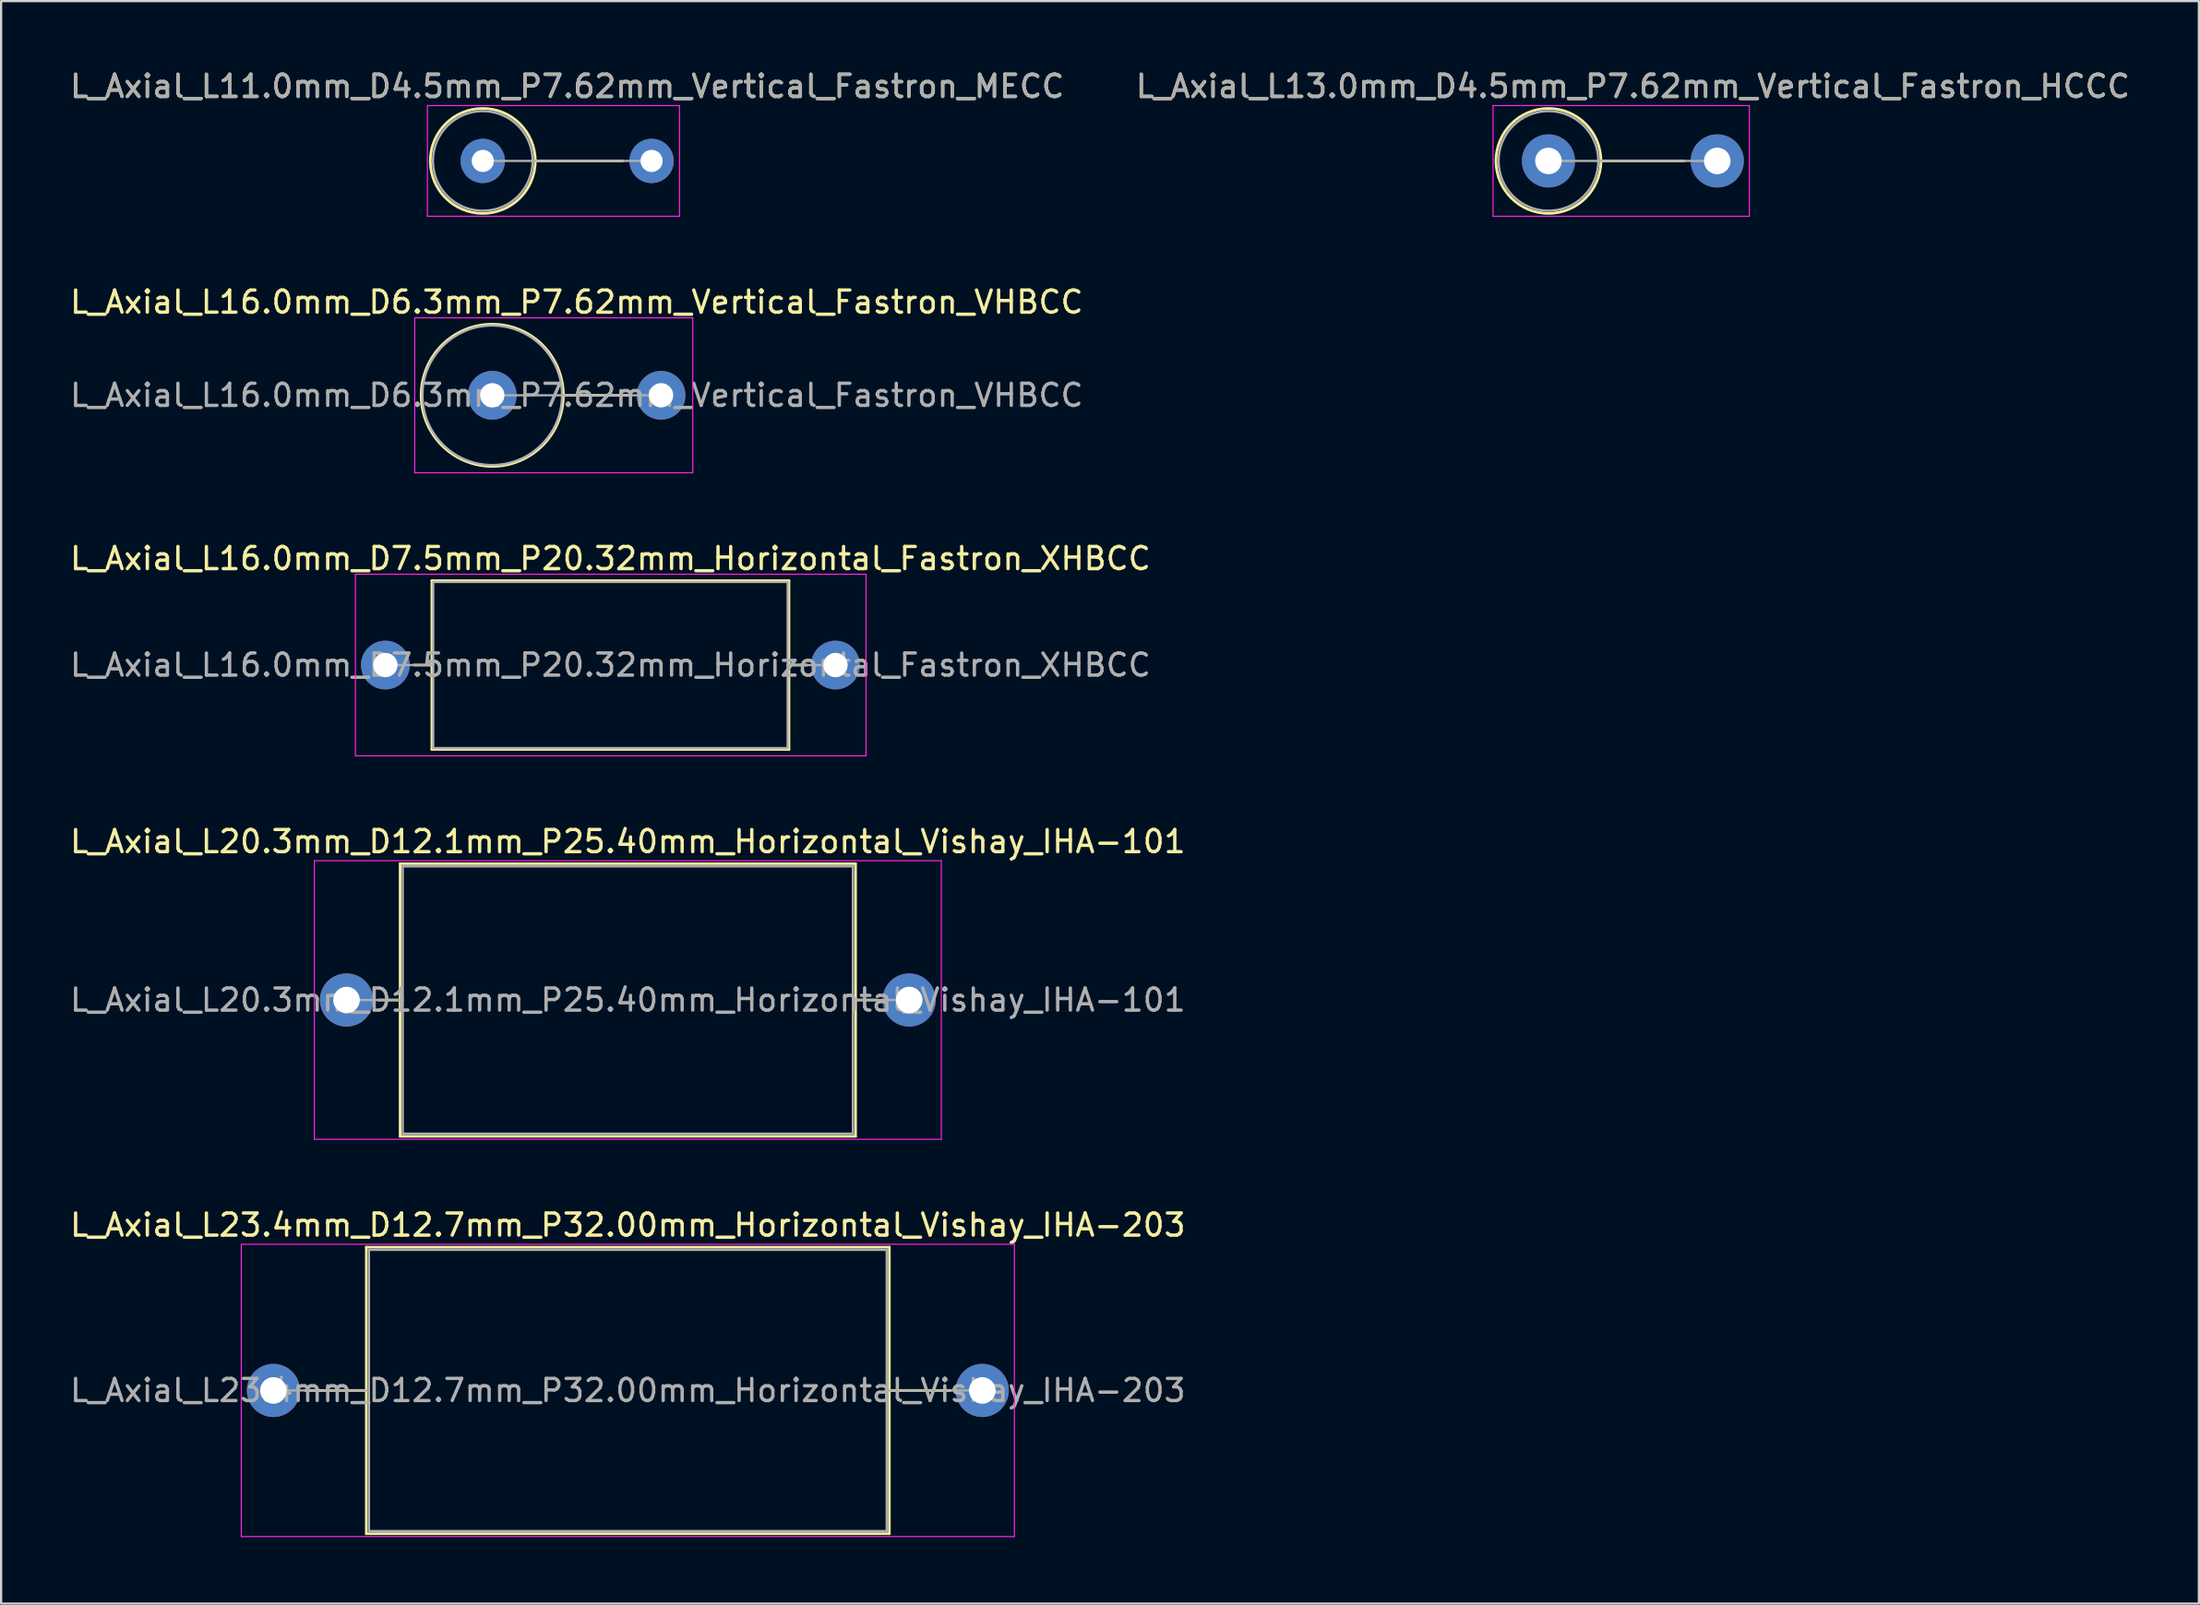
<source format=kicad_pcb>
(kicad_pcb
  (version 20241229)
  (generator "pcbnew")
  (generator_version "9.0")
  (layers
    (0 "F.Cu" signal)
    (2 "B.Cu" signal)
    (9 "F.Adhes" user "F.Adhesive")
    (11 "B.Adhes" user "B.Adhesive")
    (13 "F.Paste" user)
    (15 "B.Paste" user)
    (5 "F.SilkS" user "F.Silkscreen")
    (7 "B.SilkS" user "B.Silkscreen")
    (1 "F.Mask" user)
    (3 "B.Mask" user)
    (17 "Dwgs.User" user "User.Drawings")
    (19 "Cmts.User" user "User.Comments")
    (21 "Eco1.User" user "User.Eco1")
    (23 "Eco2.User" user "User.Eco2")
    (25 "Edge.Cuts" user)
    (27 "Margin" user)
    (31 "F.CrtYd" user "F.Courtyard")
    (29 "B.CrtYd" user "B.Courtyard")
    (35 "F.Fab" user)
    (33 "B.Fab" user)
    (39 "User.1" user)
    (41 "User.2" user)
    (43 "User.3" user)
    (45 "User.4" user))
  (footprint "L_Axial_L20.3mm_D12.1mm_P25.40mm_Horizontal_Vishay_IHA-101"
    (layer "F.Cu")
    (at 12.592 42.113)
    (property "Reference" "L_Axial_L20.3mm_D12.1mm_P25.40mm_Horizontal_Vishay_IHA-101" (at 12.7 -7.155 0) (layer "F.SilkS") (effects (font (size 1 1) (thickness 0.15))))
    (attr through_hole)
    (fp_line (start 1.44 0) (end 2.42 0) (stroke (width 0.12) (type solid)) (layer "F.SilkS"))
    (fp_line (start 2.42 -6.155) (end 2.42 6.155) (stroke (width 0.12) (type solid)) (layer "F.SilkS"))
    (fp_line (start 2.42 6.155) (end 22.98 6.155) (stroke (width 0.12) (type solid)) (layer "F.SilkS"))
    (fp_line (start 22.98 -6.155) (end 2.42 -6.155) (stroke (width 0.12) (type solid)) (layer "F.SilkS"))
    (fp_line (start 22.98 6.155) (end 22.98 -6.155) (stroke (width 0.12) (type solid)) (layer "F.SilkS"))
    (fp_line (start 23.96 0) (end 22.98 0) (stroke (width 0.12) (type solid)) (layer "F.SilkS"))
    (fp_line (start -1.45 -6.29) (end -1.45 6.29) (stroke (width 0.05) (type solid)) (layer "F.CrtYd"))
    (fp_line (start -1.45 6.29) (end 26.85 6.29) (stroke (width 0.05) (type solid)) (layer "F.CrtYd"))
    (fp_line (start 26.85 -6.29) (end -1.45 -6.29) (stroke (width 0.05) (type solid)) (layer "F.CrtYd"))
    (fp_line (start 26.85 6.29) (end 26.85 -6.29) (stroke (width 0.05) (type solid)) (layer "F.CrtYd"))
    (fp_line (start 0 0) (end 2.54 0) (stroke (width 0.1) (type solid)) (layer "F.Fab"))
    (fp_line (start 2.54 -6.035) (end 2.54 6.035) (stroke (width 0.1) (type solid)) (layer "F.Fab"))
    (fp_line (start 2.54 6.035) (end 22.86 6.035) (stroke (width 0.1) (type solid)) (layer "F.Fab"))
    (fp_line (start 22.86 -6.035) (end 2.54 -6.035) (stroke (width 0.1) (type solid)) (layer "F.Fab"))
    (fp_line (start 22.86 6.035) (end 22.86 -6.035) (stroke (width 0.1) (type solid)) (layer "F.Fab"))
    (fp_line (start 25.4 0) (end 22.86 0) (stroke (width 0.1) (type solid)) (layer "F.Fab"))
    (fp_text user "${REFERENCE}" (at 12.7 0 0) (layer "F.Fab") (effects (font (size 1 1) (thickness 0.15))))
    (pad "1" thru_hole circle (at 0 0) (size 2.4 2.4) (drill 1.2) (layers "*.Cu" "*.Mask"))
    (pad "2" thru_hole oval (at 25.4 0) (size 2.4 2.4) (drill 1.2) (layers "*.Cu" "*.Mask")))
  (footprint "L_Axial_L16.0mm_D6.3mm_P7.62mm_Vertical_Fastron_VHBCC"
    (layer "F.Cu")
    (at 19.172 14.802)
    (property "Reference" "L_Axial_L16.0mm_D6.3mm_P7.62mm_Vertical_Fastron_VHBCC" (at 3.81 -4.21 0) (layer "F.SilkS") (effects (font (size 1 1) (thickness 0.15))))
    (attr through_hole)
    (fp_line (start 3.21 0) (end 6.22 0) (stroke (width 0.12) (type solid)) (layer "F.SilkS"))
    (fp_circle (center 0 0) (end 3.21 0) (stroke (width 0.12) (type solid)) (fill no) (layer "F.SilkS"))
    (fp_line (start -3.5 -3.5) (end -3.5 3.5) (stroke (width 0.05) (type solid)) (layer "F.CrtYd"))
    (fp_line (start -3.5 3.5) (end 9.05 3.5) (stroke (width 0.05) (type solid)) (layer "F.CrtYd"))
    (fp_line (start 9.05 -3.5) (end -3.5 -3.5) (stroke (width 0.05) (type solid)) (layer "F.CrtYd"))
    (fp_line (start 9.05 3.5) (end 9.05 -3.5) (stroke (width 0.05) (type solid)) (layer "F.CrtYd"))
    (fp_line (start 0 0) (end 7.62 0) (stroke (width 0.1) (type solid)) (layer "F.Fab"))
    (fp_circle (center 0 0) (end 3.15 0) (stroke (width 0.1) (type solid)) (fill no) (layer "F.Fab"))
    (fp_text user "${REFERENCE}" (at 3.81 0 0) (layer "F.Fab") (effects (font (size 1 1) (thickness 0.15))))
    (pad "1" thru_hole circle (at 0 0) (size 2.2 2.2) (drill 1.1) (layers "*.Cu" "*.Mask"))
    (pad "2" thru_hole oval (at 7.62 0) (size 2.2 2.2) (drill 1.1) (layers "*.Cu" "*.Mask")))
  (footprint "L_Axial_L13.0mm_D4.5mm_P7.62mm_Vertical_Fastron_HCCC"
    (layer "F.Cu")
    (at 66.851 4.218)
    (property "Reference" "L_Axial_L13.0mm_D4.5mm_P7.62mm_Vertical_Fastron_HCCC" (at 3.81 -3.37 0) (layer "F.SilkS") (effects (font (size 1 1) (thickness 0.15))))
    (attr through_hole)
    (fp_line (start 2.37 0) (end 6.12 0) (stroke (width 0.12) (type solid)) (layer "F.SilkS"))
    (fp_circle (center 0 0) (end 2.37 0) (stroke (width 0.12) (type solid)) (fill no) (layer "F.SilkS"))
    (fp_line (start -2.5 -2.5) (end -2.5 2.5) (stroke (width 0.05) (type solid)) (layer "F.CrtYd"))
    (fp_line (start -2.5 2.5) (end 9.07 2.5) (stroke (width 0.05) (type solid)) (layer "F.CrtYd"))
    (fp_line (start 9.07 -2.5) (end -2.5 -2.5) (stroke (width 0.05) (type solid)) (layer "F.CrtYd"))
    (fp_line (start 9.07 2.5) (end 9.07 -2.5) (stroke (width 0.05) (type solid)) (layer "F.CrtYd"))
    (fp_line (start 0 0) (end 7.62 0) (stroke (width 0.1) (type solid)) (layer "F.Fab"))
    (fp_circle (center 0 0) (end 2.25 0) (stroke (width 0.1) (type solid)) (fill no) (layer "F.Fab"))
    (fp_text user "${REFERENCE}" (at 3.81 -3.37 0) (layer "F.Fab") (effects (font (size 1 1) (thickness 0.15))))
    (pad "1" thru_hole circle (at 0 0) (size 2.4 2.4) (drill 1.2) (layers "*.Cu" "*.Mask"))
    (pad "2" thru_hole oval (at 7.62 0) (size 2.4 2.4) (drill 1.2) (layers "*.Cu" "*.Mask")))
  (footprint "L_Axial_L16.0mm_D7.5mm_P20.32mm_Horizontal_Fastron_XHBCC"
    (layer "F.Cu")
    (at 14.346 26.985)
    (property "Reference" "L_Axial_L16.0mm_D7.5mm_P20.32mm_Horizontal_Fastron_XHBCC" (at 10.16 -4.81 0) (layer "F.SilkS") (effects (font (size 1 1) (thickness 0.15))))
    (attr through_hole)
    (fp_line (start 1.28 0) (end 2.1 0) (stroke (width 0.12) (type solid)) (layer "F.SilkS"))
    (fp_line (start 2.1 -3.81) (end 2.1 3.81) (stroke (width 0.12) (type solid)) (layer "F.SilkS"))
    (fp_line (start 2.1 3.81) (end 18.22 3.81) (stroke (width 0.12) (type solid)) (layer "F.SilkS"))
    (fp_line (start 18.22 -3.81) (end 2.1 -3.81) (stroke (width 0.12) (type solid)) (layer "F.SilkS"))
    (fp_line (start 18.22 3.81) (end 18.22 -3.81) (stroke (width 0.12) (type solid)) (layer "F.SilkS"))
    (fp_line (start 19.04 0) (end 18.22 0) (stroke (width 0.12) (type solid)) (layer "F.SilkS"))
    (fp_line (start -1.35 -4.1) (end -1.35 4.1) (stroke (width 0.05) (type solid)) (layer "F.CrtYd"))
    (fp_line (start -1.35 4.1) (end 21.7 4.1) (stroke (width 0.05) (type solid)) (layer "F.CrtYd"))
    (fp_line (start 21.7 -4.1) (end -1.35 -4.1) (stroke (width 0.05) (type solid)) (layer "F.CrtYd"))
    (fp_line (start 21.7 4.1) (end 21.7 -4.1) (stroke (width 0.05) (type solid)) (layer "F.CrtYd"))
    (fp_line (start 0 0) (end 2.16 0) (stroke (width 0.1) (type solid)) (layer "F.Fab"))
    (fp_line (start 2.16 -3.75) (end 2.16 3.75) (stroke (width 0.1) (type solid)) (layer "F.Fab"))
    (fp_line (start 2.16 3.75) (end 18.16 3.75) (stroke (width 0.1) (type solid)) (layer "F.Fab"))
    (fp_line (start 18.16 -3.75) (end 2.16 -3.75) (stroke (width 0.1) (type solid)) (layer "F.Fab"))
    (fp_line (start 18.16 3.75) (end 18.16 -3.75) (stroke (width 0.1) (type solid)) (layer "F.Fab"))
    (fp_line (start 20.32 0) (end 18.16 0) (stroke (width 0.1) (type solid)) (layer "F.Fab"))
    (fp_text user "${REFERENCE}" (at 10.16 0 0) (layer "F.Fab") (effects (font (size 1 1) (thickness 0.15))))
    (pad "1" thru_hole circle (at 0 0) (size 2.2 2.2) (drill 1.1) (layers "*.Cu" "*.Mask"))
    (pad "2" thru_hole oval (at 20.32 0) (size 2.2 2.2) (drill 1.1) (layers "*.Cu" "*.Mask")))
  (footprint "L_Axial_L23.4mm_D12.7mm_P32.00mm_Horizontal_Vishay_IHA-203"
    (layer "F.Cu")
    (at 9.292 59.746)
    (property "Reference" "L_Axial_L23.4mm_D12.7mm_P32.00mm_Horizontal_Vishay_IHA-203" (at 16 -7.47 0) (layer "F.SilkS") (effects (font (size 1 1) (thickness 0.15))))
    (attr through_hole)
    (fp_line (start 1.44 0) (end 4.195 0) (stroke (width 0.12) (type solid)) (layer "F.SilkS"))
    (fp_line (start 4.195 -6.47) (end 4.195 6.47) (stroke (width 0.12) (type solid)) (layer "F.SilkS"))
    (fp_line (start 4.195 6.47) (end 27.805 6.47) (stroke (width 0.12) (type solid)) (layer "F.SilkS"))
    (fp_line (start 27.805 -6.47) (end 4.195 -6.47) (stroke (width 0.12) (type solid)) (layer "F.SilkS"))
    (fp_line (start 27.805 6.47) (end 27.805 -6.47) (stroke (width 0.12) (type solid)) (layer "F.SilkS"))
    (fp_line (start 30.56 0) (end 27.805 0) (stroke (width 0.12) (type solid)) (layer "F.SilkS"))
    (fp_line (start -1.45 -6.6) (end -1.45 6.6) (stroke (width 0.05) (type solid)) (layer "F.CrtYd"))
    (fp_line (start -1.45 6.6) (end 33.45 6.6) (stroke (width 0.05) (type solid)) (layer "F.CrtYd"))
    (fp_line (start 33.45 -6.6) (end -1.45 -6.6) (stroke (width 0.05) (type solid)) (layer "F.CrtYd"))
    (fp_line (start 33.45 6.6) (end 33.45 -6.6) (stroke (width 0.05) (type solid)) (layer "F.CrtYd"))
    (fp_line (start 0 0) (end 4.315 0) (stroke (width 0.1) (type solid)) (layer "F.Fab"))
    (fp_line (start 4.315 -6.35) (end 4.315 6.35) (stroke (width 0.1) (type solid)) (layer "F.Fab"))
    (fp_line (start 4.315 6.35) (end 27.685 6.35) (stroke (width 0.1) (type solid)) (layer "F.Fab"))
    (fp_line (start 27.685 -6.35) (end 4.315 -6.35) (stroke (width 0.1) (type solid)) (layer "F.Fab"))
    (fp_line (start 27.685 6.35) (end 27.685 -6.35) (stroke (width 0.1) (type solid)) (layer "F.Fab"))
    (fp_line (start 32 0) (end 27.685 0) (stroke (width 0.1) (type solid)) (layer "F.Fab"))
    (fp_text user "${REFERENCE}" (at 16 0 0) (layer "F.Fab") (effects (font (size 1 1) (thickness 0.15))))
    (pad "1" thru_hole circle (at 0 0) (size 2.4 2.4) (drill 1.2) (layers "*.Cu" "*.Mask"))
    (pad "2" thru_hole oval (at 32 0) (size 2.4 2.4) (drill 1.2) (layers "*.Cu" "*.Mask")))
  (footprint "L_Axial_L11.0mm_D4.5mm_P7.62mm_Vertical_Fastron_MECC"
    (layer "F.Cu")
    (at 18.744 4.218)
    (property "Reference" "L_Axial_L11.0mm_D4.5mm_P7.62mm_Vertical_Fastron_MECC" (at 3.81 -3.37 0) (layer "F.SilkS") (effects (font (size 1 1) (thickness 0.15))))
    (attr through_hole)
    (fp_line (start 2.37 0) (end 6.32 0) (stroke (width 0.12) (type solid)) (layer "F.SilkS"))
    (fp_circle (center 0 0) (end 2.37 0) (stroke (width 0.12) (type solid)) (fill no) (layer "F.SilkS"))
    (fp_line (start -2.5 -2.5) (end -2.5 2.5) (stroke (width 0.05) (type solid)) (layer "F.CrtYd"))
    (fp_line (start -2.5 2.5) (end 8.88 2.5) (stroke (width 0.05) (type solid)) (layer "F.CrtYd"))
    (fp_line (start 8.88 -2.5) (end -2.5 -2.5) (stroke (width 0.05) (type solid)) (layer "F.CrtYd"))
    (fp_line (start 8.88 2.5) (end 8.88 -2.5) (stroke (width 0.05) (type solid)) (layer "F.CrtYd"))
    (fp_line (start 0 0) (end 7.62 0) (stroke (width 0.1) (type solid)) (layer "F.Fab"))
    (fp_circle (center 0 0) (end 2.25 0) (stroke (width 0.1) (type solid)) (fill no) (layer "F.Fab"))
    (fp_text user "${REFERENCE}" (at 3.81 -3.37 0) (layer "F.Fab") (effects (font (size 1 1) (thickness 0.15))))
    (pad "1" thru_hole circle (at 0 0) (size 2 2) (drill 1) (layers "*.Cu" "*.Mask"))
    (pad "2" thru_hole oval (at 7.62 0) (size 2 2) (drill 1) (layers "*.Cu" "*.Mask")))
  (gr_rect
    (start -3 -3)
    (end 96.214 69.371)
    (stroke (width 0.1) (type default))
    (fill no)
    (layer "Edge.Cuts")))
</source>
